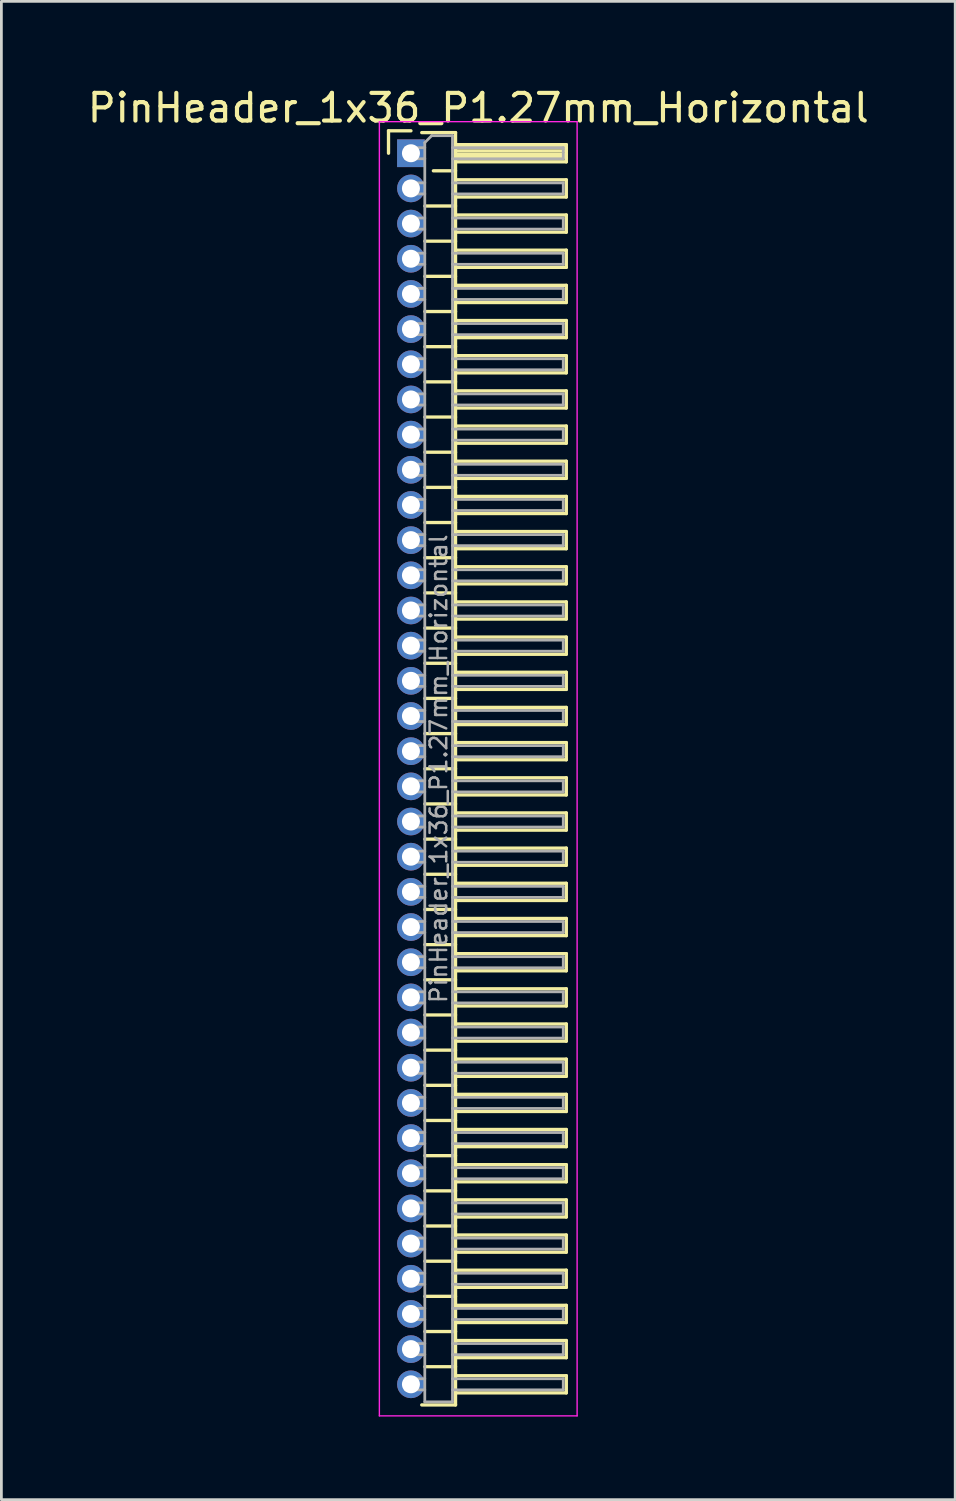
<source format=kicad_pcb>
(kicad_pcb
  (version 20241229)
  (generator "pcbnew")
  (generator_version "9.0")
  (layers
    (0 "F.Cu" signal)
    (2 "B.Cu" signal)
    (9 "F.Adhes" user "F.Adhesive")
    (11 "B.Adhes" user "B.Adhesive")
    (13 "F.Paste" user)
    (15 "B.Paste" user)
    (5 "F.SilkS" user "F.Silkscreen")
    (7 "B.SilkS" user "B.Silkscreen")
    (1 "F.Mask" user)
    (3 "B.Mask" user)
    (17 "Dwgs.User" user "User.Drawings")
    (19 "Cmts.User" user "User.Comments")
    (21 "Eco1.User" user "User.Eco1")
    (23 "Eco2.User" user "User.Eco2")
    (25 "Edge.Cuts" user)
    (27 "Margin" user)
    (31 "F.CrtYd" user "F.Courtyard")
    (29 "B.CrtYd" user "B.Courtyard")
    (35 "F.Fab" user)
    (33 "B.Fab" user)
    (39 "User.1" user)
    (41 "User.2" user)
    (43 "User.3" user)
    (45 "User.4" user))
  (footprint "PinHeader_1x36_P1.27mm_Horizontal"
    (layer "F.Cu")
    (at 11.788 2.483)
    (property "Reference" "PinHeader_1x36_P1.27mm_Horizontal" (at 2.433 -1.635 0) (layer "F.SilkS") (effects (font (size 1 1) (thickness 0.15))))
    (attr through_hole)
    (fp_line (start -0.81 -0.81) (end 0 -0.81) (stroke (width 0.12) (type solid)) (layer "F.SilkS"))
    (fp_line (start -0.81 0) (end -0.81 -0.81) (stroke (width 0.12) (type solid)) (layer "F.SilkS"))
    (fp_line (start 0.39 -0.745) (end 1.61 -0.745) (stroke (width 0.12) (type solid)) (layer "F.SilkS"))
    (fp_line (start 0.503 1.905) (end 1.61 1.905) (stroke (width 0.12) (type solid)) (layer "F.SilkS"))
    (fp_line (start 0.503 3.175) (end 1.61 3.175) (stroke (width 0.12) (type solid)) (layer "F.SilkS"))
    (fp_line (start 0.503 4.445) (end 1.61 4.445) (stroke (width 0.12) (type solid)) (layer "F.SilkS"))
    (fp_line (start 0.503 5.715) (end 1.61 5.715) (stroke (width 0.12) (type solid)) (layer "F.SilkS"))
    (fp_line (start 0.503 6.985) (end 1.61 6.985) (stroke (width 0.12) (type solid)) (layer "F.SilkS"))
    (fp_line (start 0.503 8.255) (end 1.61 8.255) (stroke (width 0.12) (type solid)) (layer "F.SilkS"))
    (fp_line (start 0.503 9.525) (end 1.61 9.525) (stroke (width 0.12) (type solid)) (layer "F.SilkS"))
    (fp_line (start 0.503 10.795) (end 1.61 10.795) (stroke (width 0.12) (type solid)) (layer "F.SilkS"))
    (fp_line (start 0.503 12.065) (end 1.61 12.065) (stroke (width 0.12) (type solid)) (layer "F.SilkS"))
    (fp_line (start 0.503 13.335) (end 1.61 13.335) (stroke (width 0.12) (type solid)) (layer "F.SilkS"))
    (fp_line (start 0.503 14.605) (end 1.61 14.605) (stroke (width 0.12) (type solid)) (layer "F.SilkS"))
    (fp_line (start 0.503 15.875) (end 1.61 15.875) (stroke (width 0.12) (type solid)) (layer "F.SilkS"))
    (fp_line (start 0.503 17.145) (end 1.61 17.145) (stroke (width 0.12) (type solid)) (layer "F.SilkS"))
    (fp_line (start 0.503 18.415) (end 1.61 18.415) (stroke (width 0.12) (type solid)) (layer "F.SilkS"))
    (fp_line (start 0.503 19.685) (end 1.61 19.685) (stroke (width 0.12) (type solid)) (layer "F.SilkS"))
    (fp_line (start 0.503 20.955) (end 1.61 20.955) (stroke (width 0.12) (type solid)) (layer "F.SilkS"))
    (fp_line (start 0.503 22.225) (end 1.61 22.225) (stroke (width 0.12) (type solid)) (layer "F.SilkS"))
    (fp_line (start 0.503 23.495) (end 1.61 23.495) (stroke (width 0.12) (type solid)) (layer "F.SilkS"))
    (fp_line (start 0.503 24.765) (end 1.61 24.765) (stroke (width 0.12) (type solid)) (layer "F.SilkS"))
    (fp_line (start 0.503 26.035) (end 1.61 26.035) (stroke (width 0.12) (type solid)) (layer "F.SilkS"))
    (fp_line (start 0.503 27.305) (end 1.61 27.305) (stroke (width 0.12) (type solid)) (layer "F.SilkS"))
    (fp_line (start 0.503 28.575) (end 1.61 28.575) (stroke (width 0.12) (type solid)) (layer "F.SilkS"))
    (fp_line (start 0.503 29.845) (end 1.61 29.845) (stroke (width 0.12) (type solid)) (layer "F.SilkS"))
    (fp_line (start 0.503 31.115) (end 1.61 31.115) (stroke (width 0.12) (type solid)) (layer "F.SilkS"))
    (fp_line (start 0.503 32.385) (end 1.61 32.385) (stroke (width 0.12) (type solid)) (layer "F.SilkS"))
    (fp_line (start 0.503 33.655) (end 1.61 33.655) (stroke (width 0.12) (type solid)) (layer "F.SilkS"))
    (fp_line (start 0.503 34.925) (end 1.61 34.925) (stroke (width 0.12) (type solid)) (layer "F.SilkS"))
    (fp_line (start 0.503 36.195) (end 1.61 36.195) (stroke (width 0.12) (type solid)) (layer "F.SilkS"))
    (fp_line (start 0.503 37.465) (end 1.61 37.465) (stroke (width 0.12) (type solid)) (layer "F.SilkS"))
    (fp_line (start 0.503 38.735) (end 1.61 38.735) (stroke (width 0.12) (type solid)) (layer "F.SilkS"))
    (fp_line (start 0.503 40.005) (end 1.61 40.005) (stroke (width 0.12) (type solid)) (layer "F.SilkS"))
    (fp_line (start 0.503 41.275) (end 1.61 41.275) (stroke (width 0.12) (type solid)) (layer "F.SilkS"))
    (fp_line (start 0.503 42.545) (end 1.61 42.545) (stroke (width 0.12) (type solid)) (layer "F.SilkS"))
    (fp_line (start 0.503 43.815) (end 1.61 43.815) (stroke (width 0.12) (type solid)) (layer "F.SilkS"))
    (fp_line (start 0.81 0.635) (end 1.61 0.635) (stroke (width 0.12) (type solid)) (layer "F.SilkS"))
    (fp_line (start 1.61 -0.745) (end 1.61 45.195) (stroke (width 0.12) (type solid)) (layer "F.SilkS"))
    (fp_line (start 1.61 -0.31) (end 5.61 -0.31) (stroke (width 0.12) (type solid)) (layer "F.SilkS"))
    (fp_line (start 1.61 -0.2) (end 5.61 -0.2) (stroke (width 0.12) (type solid)) (layer "F.SilkS"))
    (fp_line (start 1.61 -0.08) (end 5.61 -0.08) (stroke (width 0.12) (type solid)) (layer "F.SilkS"))
    (fp_line (start 1.61 0.04) (end 5.61 0.04) (stroke (width 0.12) (type solid)) (layer "F.SilkS"))
    (fp_line (start 1.61 0.16) (end 5.61 0.16) (stroke (width 0.12) (type solid)) (layer "F.SilkS"))
    (fp_line (start 1.61 0.96) (end 5.61 0.96) (stroke (width 0.12) (type solid)) (layer "F.SilkS"))
    (fp_line (start 1.61 2.23) (end 5.61 2.23) (stroke (width 0.12) (type solid)) (layer "F.SilkS"))
    (fp_line (start 1.61 3.5) (end 5.61 3.5) (stroke (width 0.12) (type solid)) (layer "F.SilkS"))
    (fp_line (start 1.61 4.77) (end 5.61 4.77) (stroke (width 0.12) (type solid)) (layer "F.SilkS"))
    (fp_line (start 1.61 6.04) (end 5.61 6.04) (stroke (width 0.12) (type solid)) (layer "F.SilkS"))
    (fp_line (start 1.61 7.31) (end 5.61 7.31) (stroke (width 0.12) (type solid)) (layer "F.SilkS"))
    (fp_line (start 1.61 8.58) (end 5.61 8.58) (stroke (width 0.12) (type solid)) (layer "F.SilkS"))
    (fp_line (start 1.61 9.85) (end 5.61 9.85) (stroke (width 0.12) (type solid)) (layer "F.SilkS"))
    (fp_line (start 1.61 11.12) (end 5.61 11.12) (stroke (width 0.12) (type solid)) (layer "F.SilkS"))
    (fp_line (start 1.61 12.39) (end 5.61 12.39) (stroke (width 0.12) (type solid)) (layer "F.SilkS"))
    (fp_line (start 1.61 13.66) (end 5.61 13.66) (stroke (width 0.12) (type solid)) (layer "F.SilkS"))
    (fp_line (start 1.61 14.93) (end 5.61 14.93) (stroke (width 0.12) (type solid)) (layer "F.SilkS"))
    (fp_line (start 1.61 16.2) (end 5.61 16.2) (stroke (width 0.12) (type solid)) (layer "F.SilkS"))
    (fp_line (start 1.61 17.47) (end 5.61 17.47) (stroke (width 0.12) (type solid)) (layer "F.SilkS"))
    (fp_line (start 1.61 18.74) (end 5.61 18.74) (stroke (width 0.12) (type solid)) (layer "F.SilkS"))
    (fp_line (start 1.61 20.01) (end 5.61 20.01) (stroke (width 0.12) (type solid)) (layer "F.SilkS"))
    (fp_line (start 1.61 21.28) (end 5.61 21.28) (stroke (width 0.12) (type solid)) (layer "F.SilkS"))
    (fp_line (start 1.61 22.55) (end 5.61 22.55) (stroke (width 0.12) (type solid)) (layer "F.SilkS"))
    (fp_line (start 1.61 23.82) (end 5.61 23.82) (stroke (width 0.12) (type solid)) (layer "F.SilkS"))
    (fp_line (start 1.61 25.09) (end 5.61 25.09) (stroke (width 0.12) (type solid)) (layer "F.SilkS"))
    (fp_line (start 1.61 26.36) (end 5.61 26.36) (stroke (width 0.12) (type solid)) (layer "F.SilkS"))
    (fp_line (start 1.61 27.63) (end 5.61 27.63) (stroke (width 0.12) (type solid)) (layer "F.SilkS"))
    (fp_line (start 1.61 28.9) (end 5.61 28.9) (stroke (width 0.12) (type solid)) (layer "F.SilkS"))
    (fp_line (start 1.61 30.17) (end 5.61 30.17) (stroke (width 0.12) (type solid)) (layer "F.SilkS"))
    (fp_line (start 1.61 31.44) (end 5.61 31.44) (stroke (width 0.12) (type solid)) (layer "F.SilkS"))
    (fp_line (start 1.61 32.71) (end 5.61 32.71) (stroke (width 0.12) (type solid)) (layer "F.SilkS"))
    (fp_line (start 1.61 33.98) (end 5.61 33.98) (stroke (width 0.12) (type solid)) (layer "F.SilkS"))
    (fp_line (start 1.61 35.25) (end 5.61 35.25) (stroke (width 0.12) (type solid)) (layer "F.SilkS"))
    (fp_line (start 1.61 36.52) (end 5.61 36.52) (stroke (width 0.12) (type solid)) (layer "F.SilkS"))
    (fp_line (start 1.61 37.79) (end 5.61 37.79) (stroke (width 0.12) (type solid)) (layer "F.SilkS"))
    (fp_line (start 1.61 39.06) (end 5.61 39.06) (stroke (width 0.12) (type solid)) (layer "F.SilkS"))
    (fp_line (start 1.61 40.33) (end 5.61 40.33) (stroke (width 0.12) (type solid)) (layer "F.SilkS"))
    (fp_line (start 1.61 41.6) (end 5.61 41.6) (stroke (width 0.12) (type solid)) (layer "F.SilkS"))
    (fp_line (start 1.61 42.87) (end 5.61 42.87) (stroke (width 0.12) (type solid)) (layer "F.SilkS"))
    (fp_line (start 1.61 44.14) (end 5.61 44.14) (stroke (width 0.12) (type solid)) (layer "F.SilkS"))
    (fp_line (start 1.61 45.195) (end 0.39 45.195) (stroke (width 0.12) (type solid)) (layer "F.SilkS"))
    (fp_line (start 5.61 -0.31) (end 5.61 0.31) (stroke (width 0.12) (type solid)) (layer "F.SilkS"))
    (fp_line (start 5.61 0.31) (end 1.61 0.31) (stroke (width 0.12) (type solid)) (layer "F.SilkS"))
    (fp_line (start 5.61 0.96) (end 5.61 1.58) (stroke (width 0.12) (type solid)) (layer "F.SilkS"))
    (fp_line (start 5.61 1.58) (end 1.61 1.58) (stroke (width 0.12) (type solid)) (layer "F.SilkS"))
    (fp_line (start 5.61 2.23) (end 5.61 2.85) (stroke (width 0.12) (type solid)) (layer "F.SilkS"))
    (fp_line (start 5.61 2.85) (end 1.61 2.85) (stroke (width 0.12) (type solid)) (layer "F.SilkS"))
    (fp_line (start 5.61 3.5) (end 5.61 4.12) (stroke (width 0.12) (type solid)) (layer "F.SilkS"))
    (fp_line (start 5.61 4.12) (end 1.61 4.12) (stroke (width 0.12) (type solid)) (layer "F.SilkS"))
    (fp_line (start 5.61 4.77) (end 5.61 5.39) (stroke (width 0.12) (type solid)) (layer "F.SilkS"))
    (fp_line (start 5.61 5.39) (end 1.61 5.39) (stroke (width 0.12) (type solid)) (layer "F.SilkS"))
    (fp_line (start 5.61 6.04) (end 5.61 6.66) (stroke (width 0.12) (type solid)) (layer "F.SilkS"))
    (fp_line (start 5.61 6.66) (end 1.61 6.66) (stroke (width 0.12) (type solid)) (layer "F.SilkS"))
    (fp_line (start 5.61 7.31) (end 5.61 7.93) (stroke (width 0.12) (type solid)) (layer "F.SilkS"))
    (fp_line (start 5.61 7.93) (end 1.61 7.93) (stroke (width 0.12) (type solid)) (layer "F.SilkS"))
    (fp_line (start 5.61 8.58) (end 5.61 9.2) (stroke (width 0.12) (type solid)) (layer "F.SilkS"))
    (fp_line (start 5.61 9.2) (end 1.61 9.2) (stroke (width 0.12) (type solid)) (layer "F.SilkS"))
    (fp_line (start 5.61 9.85) (end 5.61 10.47) (stroke (width 0.12) (type solid)) (layer "F.SilkS"))
    (fp_line (start 5.61 10.47) (end 1.61 10.47) (stroke (width 0.12) (type solid)) (layer "F.SilkS"))
    (fp_line (start 5.61 11.12) (end 5.61 11.74) (stroke (width 0.12) (type solid)) (layer "F.SilkS"))
    (fp_line (start 5.61 11.74) (end 1.61 11.74) (stroke (width 0.12) (type solid)) (layer "F.SilkS"))
    (fp_line (start 5.61 12.39) (end 5.61 13.01) (stroke (width 0.12) (type solid)) (layer "F.SilkS"))
    (fp_line (start 5.61 13.01) (end 1.61 13.01) (stroke (width 0.12) (type solid)) (layer "F.SilkS"))
    (fp_line (start 5.61 13.66) (end 5.61 14.28) (stroke (width 0.12) (type solid)) (layer "F.SilkS"))
    (fp_line (start 5.61 14.28) (end 1.61 14.28) (stroke (width 0.12) (type solid)) (layer "F.SilkS"))
    (fp_line (start 5.61 14.93) (end 5.61 15.55) (stroke (width 0.12) (type solid)) (layer "F.SilkS"))
    (fp_line (start 5.61 15.55) (end 1.61 15.55) (stroke (width 0.12) (type solid)) (layer "F.SilkS"))
    (fp_line (start 5.61 16.2) (end 5.61 16.82) (stroke (width 0.12) (type solid)) (layer "F.SilkS"))
    (fp_line (start 5.61 16.82) (end 1.61 16.82) (stroke (width 0.12) (type solid)) (layer "F.SilkS"))
    (fp_line (start 5.61 17.47) (end 5.61 18.09) (stroke (width 0.12) (type solid)) (layer "F.SilkS"))
    (fp_line (start 5.61 18.09) (end 1.61 18.09) (stroke (width 0.12) (type solid)) (layer "F.SilkS"))
    (fp_line (start 5.61 18.74) (end 5.61 19.36) (stroke (width 0.12) (type solid)) (layer "F.SilkS"))
    (fp_line (start 5.61 19.36) (end 1.61 19.36) (stroke (width 0.12) (type solid)) (layer "F.SilkS"))
    (fp_line (start 5.61 20.01) (end 5.61 20.63) (stroke (width 0.12) (type solid)) (layer "F.SilkS"))
    (fp_line (start 5.61 20.63) (end 1.61 20.63) (stroke (width 0.12) (type solid)) (layer "F.SilkS"))
    (fp_line (start 5.61 21.28) (end 5.61 21.9) (stroke (width 0.12) (type solid)) (layer "F.SilkS"))
    (fp_line (start 5.61 21.9) (end 1.61 21.9) (stroke (width 0.12) (type solid)) (layer "F.SilkS"))
    (fp_line (start 5.61 22.55) (end 5.61 23.17) (stroke (width 0.12) (type solid)) (layer "F.SilkS"))
    (fp_line (start 5.61 23.17) (end 1.61 23.17) (stroke (width 0.12) (type solid)) (layer "F.SilkS"))
    (fp_line (start 5.61 23.82) (end 5.61 24.44) (stroke (width 0.12) (type solid)) (layer "F.SilkS"))
    (fp_line (start 5.61 24.44) (end 1.61 24.44) (stroke (width 0.12) (type solid)) (layer "F.SilkS"))
    (fp_line (start 5.61 25.09) (end 5.61 25.71) (stroke (width 0.12) (type solid)) (layer "F.SilkS"))
    (fp_line (start 5.61 25.71) (end 1.61 25.71) (stroke (width 0.12) (type solid)) (layer "F.SilkS"))
    (fp_line (start 5.61 26.36) (end 5.61 26.98) (stroke (width 0.12) (type solid)) (layer "F.SilkS"))
    (fp_line (start 5.61 26.98) (end 1.61 26.98) (stroke (width 0.12) (type solid)) (layer "F.SilkS"))
    (fp_line (start 5.61 27.63) (end 5.61 28.25) (stroke (width 0.12) (type solid)) (layer "F.SilkS"))
    (fp_line (start 5.61 28.25) (end 1.61 28.25) (stroke (width 0.12) (type solid)) (layer "F.SilkS"))
    (fp_line (start 5.61 28.9) (end 5.61 29.52) (stroke (width 0.12) (type solid)) (layer "F.SilkS"))
    (fp_line (start 5.61 29.52) (end 1.61 29.52) (stroke (width 0.12) (type solid)) (layer "F.SilkS"))
    (fp_line (start 5.61 30.17) (end 5.61 30.79) (stroke (width 0.12) (type solid)) (layer "F.SilkS"))
    (fp_line (start 5.61 30.79) (end 1.61 30.79) (stroke (width 0.12) (type solid)) (layer "F.SilkS"))
    (fp_line (start 5.61 31.44) (end 5.61 32.06) (stroke (width 0.12) (type solid)) (layer "F.SilkS"))
    (fp_line (start 5.61 32.06) (end 1.61 32.06) (stroke (width 0.12) (type solid)) (layer "F.SilkS"))
    (fp_line (start 5.61 32.71) (end 5.61 33.33) (stroke (width 0.12) (type solid)) (layer "F.SilkS"))
    (fp_line (start 5.61 33.33) (end 1.61 33.33) (stroke (width 0.12) (type solid)) (layer "F.SilkS"))
    (fp_line (start 5.61 33.98) (end 5.61 34.6) (stroke (width 0.12) (type solid)) (layer "F.SilkS"))
    (fp_line (start 5.61 34.6) (end 1.61 34.6) (stroke (width 0.12) (type solid)) (layer "F.SilkS"))
    (fp_line (start 5.61 35.25) (end 5.61 35.87) (stroke (width 0.12) (type solid)) (layer "F.SilkS"))
    (fp_line (start 5.61 35.87) (end 1.61 35.87) (stroke (width 0.12) (type solid)) (layer "F.SilkS"))
    (fp_line (start 5.61 36.52) (end 5.61 37.14) (stroke (width 0.12) (type solid)) (layer "F.SilkS"))
    (fp_line (start 5.61 37.14) (end 1.61 37.14) (stroke (width 0.12) (type solid)) (layer "F.SilkS"))
    (fp_line (start 5.61 37.79) (end 5.61 38.41) (stroke (width 0.12) (type solid)) (layer "F.SilkS"))
    (fp_line (start 5.61 38.41) (end 1.61 38.41) (stroke (width 0.12) (type solid)) (layer "F.SilkS"))
    (fp_line (start 5.61 39.06) (end 5.61 39.68) (stroke (width 0.12) (type solid)) (layer "F.SilkS"))
    (fp_line (start 5.61 39.68) (end 1.61 39.68) (stroke (width 0.12) (type solid)) (layer "F.SilkS"))
    (fp_line (start 5.61 40.33) (end 5.61 40.95) (stroke (width 0.12) (type solid)) (layer "F.SilkS"))
    (fp_line (start 5.61 40.95) (end 1.61 40.95) (stroke (width 0.12) (type solid)) (layer "F.SilkS"))
    (fp_line (start 5.61 41.6) (end 5.61 42.22) (stroke (width 0.12) (type solid)) (layer "F.SilkS"))
    (fp_line (start 5.61 42.22) (end 1.61 42.22) (stroke (width 0.12) (type solid)) (layer "F.SilkS"))
    (fp_line (start 5.61 42.87) (end 5.61 43.49) (stroke (width 0.12) (type solid)) (layer "F.SilkS"))
    (fp_line (start 5.61 43.49) (end 1.61 43.49) (stroke (width 0.12) (type solid)) (layer "F.SilkS"))
    (fp_line (start 5.61 44.14) (end 5.61 44.76) (stroke (width 0.12) (type solid)) (layer "F.SilkS"))
    (fp_line (start 5.61 44.76) (end 1.61 44.76) (stroke (width 0.12) (type solid)) (layer "F.SilkS"))
    (fp_line (start -1.14 -1.14) (end -1.14 45.59) (stroke (width 0.05) (type solid)) (layer "F.CrtYd"))
    (fp_line (start -1.14 45.59) (end 6 45.59) (stroke (width 0.05) (type solid)) (layer "F.CrtYd"))
    (fp_line (start 6 -1.14) (end -1.14 -1.14) (stroke (width 0.05) (type solid)) (layer "F.CrtYd"))
    (fp_line (start 6 45.59) (end 6 -1.14) (stroke (width 0.05) (type solid)) (layer "F.CrtYd"))
    (fp_line (start -0.2 -0.2) (end -0.2 0.2) (stroke (width 0.1) (type solid)) (layer "F.Fab"))
    (fp_line (start -0.2 -0.2) (end 0.5 -0.2) (stroke (width 0.1) (type solid)) (layer "F.Fab"))
    (fp_line (start -0.2 0.2) (end 0.5 0.2) (stroke (width 0.1) (type solid)) (layer "F.Fab"))
    (fp_line (start -0.2 1.07) (end -0.2 1.47) (stroke (width 0.1) (type solid)) (layer "F.Fab"))
    (fp_line (start -0.2 1.07) (end 0.5 1.07) (stroke (width 0.1) (type solid)) (layer "F.Fab"))
    (fp_line (start -0.2 1.47) (end 0.5 1.47) (stroke (width 0.1) (type solid)) (layer "F.Fab"))
    (fp_line (start -0.2 2.34) (end -0.2 2.74) (stroke (width 0.1) (type solid)) (layer "F.Fab"))
    (fp_line (start -0.2 2.34) (end 0.5 2.34) (stroke (width 0.1) (type solid)) (layer "F.Fab"))
    (fp_line (start -0.2 2.74) (end 0.5 2.74) (stroke (width 0.1) (type solid)) (layer "F.Fab"))
    (fp_line (start -0.2 3.61) (end -0.2 4.01) (stroke (width 0.1) (type solid)) (layer "F.Fab"))
    (fp_line (start -0.2 3.61) (end 0.5 3.61) (stroke (width 0.1) (type solid)) (layer "F.Fab"))
    (fp_line (start -0.2 4.01) (end 0.5 4.01) (stroke (width 0.1) (type solid)) (layer "F.Fab"))
    (fp_line (start -0.2 4.88) (end -0.2 5.28) (stroke (width 0.1) (type solid)) (layer "F.Fab"))
    (fp_line (start -0.2 4.88) (end 0.5 4.88) (stroke (width 0.1) (type solid)) (layer "F.Fab"))
    (fp_line (start -0.2 5.28) (end 0.5 5.28) (stroke (width 0.1) (type solid)) (layer "F.Fab"))
    (fp_line (start -0.2 6.15) (end -0.2 6.55) (stroke (width 0.1) (type solid)) (layer "F.Fab"))
    (fp_line (start -0.2 6.15) (end 0.5 6.15) (stroke (width 0.1) (type solid)) (layer "F.Fab"))
    (fp_line (start -0.2 6.55) (end 0.5 6.55) (stroke (width 0.1) (type solid)) (layer "F.Fab"))
    (fp_line (start -0.2 7.42) (end -0.2 7.82) (stroke (width 0.1) (type solid)) (layer "F.Fab"))
    (fp_line (start -0.2 7.42) (end 0.5 7.42) (stroke (width 0.1) (type solid)) (layer "F.Fab"))
    (fp_line (start -0.2 7.82) (end 0.5 7.82) (stroke (width 0.1) (type solid)) (layer "F.Fab"))
    (fp_line (start -0.2 8.69) (end -0.2 9.09) (stroke (width 0.1) (type solid)) (layer "F.Fab"))
    (fp_line (start -0.2 8.69) (end 0.5 8.69) (stroke (width 0.1) (type solid)) (layer "F.Fab"))
    (fp_line (start -0.2 9.09) (end 0.5 9.09) (stroke (width 0.1) (type solid)) (layer "F.Fab"))
    (fp_line (start -0.2 9.96) (end -0.2 10.36) (stroke (width 0.1) (type solid)) (layer "F.Fab"))
    (fp_line (start -0.2 9.96) (end 0.5 9.96) (stroke (width 0.1) (type solid)) (layer "F.Fab"))
    (fp_line (start -0.2 10.36) (end 0.5 10.36) (stroke (width 0.1) (type solid)) (layer "F.Fab"))
    (fp_line (start -0.2 11.23) (end -0.2 11.63) (stroke (width 0.1) (type solid)) (layer "F.Fab"))
    (fp_line (start -0.2 11.23) (end 0.5 11.23) (stroke (width 0.1) (type solid)) (layer "F.Fab"))
    (fp_line (start -0.2 11.63) (end 0.5 11.63) (stroke (width 0.1) (type solid)) (layer "F.Fab"))
    (fp_line (start -0.2 12.5) (end -0.2 12.9) (stroke (width 0.1) (type solid)) (layer "F.Fab"))
    (fp_line (start -0.2 12.5) (end 0.5 12.5) (stroke (width 0.1) (type solid)) (layer "F.Fab"))
    (fp_line (start -0.2 12.9) (end 0.5 12.9) (stroke (width 0.1) (type solid)) (layer "F.Fab"))
    (fp_line (start -0.2 13.77) (end -0.2 14.17) (stroke (width 0.1) (type solid)) (layer "F.Fab"))
    (fp_line (start -0.2 13.77) (end 0.5 13.77) (stroke (width 0.1) (type solid)) (layer "F.Fab"))
    (fp_line (start -0.2 14.17) (end 0.5 14.17) (stroke (width 0.1) (type solid)) (layer "F.Fab"))
    (fp_line (start -0.2 15.04) (end -0.2 15.44) (stroke (width 0.1) (type solid)) (layer "F.Fab"))
    (fp_line (start -0.2 15.04) (end 0.5 15.04) (stroke (width 0.1) (type solid)) (layer "F.Fab"))
    (fp_line (start -0.2 15.44) (end 0.5 15.44) (stroke (width 0.1) (type solid)) (layer "F.Fab"))
    (fp_line (start -0.2 16.31) (end -0.2 16.71) (stroke (width 0.1) (type solid)) (layer "F.Fab"))
    (fp_line (start -0.2 16.31) (end 0.5 16.31) (stroke (width 0.1) (type solid)) (layer "F.Fab"))
    (fp_line (start -0.2 16.71) (end 0.5 16.71) (stroke (width 0.1) (type solid)) (layer "F.Fab"))
    (fp_line (start -0.2 17.58) (end -0.2 17.98) (stroke (width 0.1) (type solid)) (layer "F.Fab"))
    (fp_line (start -0.2 17.58) (end 0.5 17.58) (stroke (width 0.1) (type solid)) (layer "F.Fab"))
    (fp_line (start -0.2 17.98) (end 0.5 17.98) (stroke (width 0.1) (type solid)) (layer "F.Fab"))
    (fp_line (start -0.2 18.85) (end -0.2 19.25) (stroke (width 0.1) (type solid)) (layer "F.Fab"))
    (fp_line (start -0.2 18.85) (end 0.5 18.85) (stroke (width 0.1) (type solid)) (layer "F.Fab"))
    (fp_line (start -0.2 19.25) (end 0.5 19.25) (stroke (width 0.1) (type solid)) (layer "F.Fab"))
    (fp_line (start -0.2 20.12) (end -0.2 20.52) (stroke (width 0.1) (type solid)) (layer "F.Fab"))
    (fp_line (start -0.2 20.12) (end 0.5 20.12) (stroke (width 0.1) (type solid)) (layer "F.Fab"))
    (fp_line (start -0.2 20.52) (end 0.5 20.52) (stroke (width 0.1) (type solid)) (layer "F.Fab"))
    (fp_line (start -0.2 21.39) (end -0.2 21.79) (stroke (width 0.1) (type solid)) (layer "F.Fab"))
    (fp_line (start -0.2 21.39) (end 0.5 21.39) (stroke (width 0.1) (type solid)) (layer "F.Fab"))
    (fp_line (start -0.2 21.79) (end 0.5 21.79) (stroke (width 0.1) (type solid)) (layer "F.Fab"))
    (fp_line (start -0.2 22.66) (end -0.2 23.06) (stroke (width 0.1) (type solid)) (layer "F.Fab"))
    (fp_line (start -0.2 22.66) (end 0.5 22.66) (stroke (width 0.1) (type solid)) (layer "F.Fab"))
    (fp_line (start -0.2 23.06) (end 0.5 23.06) (stroke (width 0.1) (type solid)) (layer "F.Fab"))
    (fp_line (start -0.2 23.93) (end -0.2 24.33) (stroke (width 0.1) (type solid)) (layer "F.Fab"))
    (fp_line (start -0.2 23.93) (end 0.5 23.93) (stroke (width 0.1) (type solid)) (layer "F.Fab"))
    (fp_line (start -0.2 24.33) (end 0.5 24.33) (stroke (width 0.1) (type solid)) (layer "F.Fab"))
    (fp_line (start -0.2 25.2) (end -0.2 25.6) (stroke (width 0.1) (type solid)) (layer "F.Fab"))
    (fp_line (start -0.2 25.2) (end 0.5 25.2) (stroke (width 0.1) (type solid)) (layer "F.Fab"))
    (fp_line (start -0.2 25.6) (end 0.5 25.6) (stroke (width 0.1) (type solid)) (layer "F.Fab"))
    (fp_line (start -0.2 26.47) (end -0.2 26.87) (stroke (width 0.1) (type solid)) (layer "F.Fab"))
    (fp_line (start -0.2 26.47) (end 0.5 26.47) (stroke (width 0.1) (type solid)) (layer "F.Fab"))
    (fp_line (start -0.2 26.87) (end 0.5 26.87) (stroke (width 0.1) (type solid)) (layer "F.Fab"))
    (fp_line (start -0.2 27.74) (end -0.2 28.14) (stroke (width 0.1) (type solid)) (layer "F.Fab"))
    (fp_line (start -0.2 27.74) (end 0.5 27.74) (stroke (width 0.1) (type solid)) (layer "F.Fab"))
    (fp_line (start -0.2 28.14) (end 0.5 28.14) (stroke (width 0.1) (type solid)) (layer "F.Fab"))
    (fp_line (start -0.2 29.01) (end -0.2 29.41) (stroke (width 0.1) (type solid)) (layer "F.Fab"))
    (fp_line (start -0.2 29.01) (end 0.5 29.01) (stroke (width 0.1) (type solid)) (layer "F.Fab"))
    (fp_line (start -0.2 29.41) (end 0.5 29.41) (stroke (width 0.1) (type solid)) (layer "F.Fab"))
    (fp_line (start -0.2 30.28) (end -0.2 30.68) (stroke (width 0.1) (type solid)) (layer "F.Fab"))
    (fp_line (start -0.2 30.28) (end 0.5 30.28) (stroke (width 0.1) (type solid)) (layer "F.Fab"))
    (fp_line (start -0.2 30.68) (end 0.5 30.68) (stroke (width 0.1) (type solid)) (layer "F.Fab"))
    (fp_line (start -0.2 31.55) (end -0.2 31.95) (stroke (width 0.1) (type solid)) (layer "F.Fab"))
    (fp_line (start -0.2 31.55) (end 0.5 31.55) (stroke (width 0.1) (type solid)) (layer "F.Fab"))
    (fp_line (start -0.2 31.95) (end 0.5 31.95) (stroke (width 0.1) (type solid)) (layer "F.Fab"))
    (fp_line (start -0.2 32.82) (end -0.2 33.22) (stroke (width 0.1) (type solid)) (layer "F.Fab"))
    (fp_line (start -0.2 32.82) (end 0.5 32.82) (stroke (width 0.1) (type solid)) (layer "F.Fab"))
    (fp_line (start -0.2 33.22) (end 0.5 33.22) (stroke (width 0.1) (type solid)) (layer "F.Fab"))
    (fp_line (start -0.2 34.09) (end -0.2 34.49) (stroke (width 0.1) (type solid)) (layer "F.Fab"))
    (fp_line (start -0.2 34.09) (end 0.5 34.09) (stroke (width 0.1) (type solid)) (layer "F.Fab"))
    (fp_line (start -0.2 34.49) (end 0.5 34.49) (stroke (width 0.1) (type solid)) (layer "F.Fab"))
    (fp_line (start -0.2 35.36) (end -0.2 35.76) (stroke (width 0.1) (type solid)) (layer "F.Fab"))
    (fp_line (start -0.2 35.36) (end 0.5 35.36) (stroke (width 0.1) (type solid)) (layer "F.Fab"))
    (fp_line (start -0.2 35.76) (end 0.5 35.76) (stroke (width 0.1) (type solid)) (layer "F.Fab"))
    (fp_line (start -0.2 36.63) (end -0.2 37.03) (stroke (width 0.1) (type solid)) (layer "F.Fab"))
    (fp_line (start -0.2 36.63) (end 0.5 36.63) (stroke (width 0.1) (type solid)) (layer "F.Fab"))
    (fp_line (start -0.2 37.03) (end 0.5 37.03) (stroke (width 0.1) (type solid)) (layer "F.Fab"))
    (fp_line (start -0.2 37.9) (end -0.2 38.3) (stroke (width 0.1) (type solid)) (layer "F.Fab"))
    (fp_line (start -0.2 37.9) (end 0.5 37.9) (stroke (width 0.1) (type solid)) (layer "F.Fab"))
    (fp_line (start -0.2 38.3) (end 0.5 38.3) (stroke (width 0.1) (type solid)) (layer "F.Fab"))
    (fp_line (start -0.2 39.17) (end -0.2 39.57) (stroke (width 0.1) (type solid)) (layer "F.Fab"))
    (fp_line (start -0.2 39.17) (end 0.5 39.17) (stroke (width 0.1) (type solid)) (layer "F.Fab"))
    (fp_line (start -0.2 39.57) (end 0.5 39.57) (stroke (width 0.1) (type solid)) (layer "F.Fab"))
    (fp_line (start -0.2 40.44) (end -0.2 40.84) (stroke (width 0.1) (type solid)) (layer "F.Fab"))
    (fp_line (start -0.2 40.44) (end 0.5 40.44) (stroke (width 0.1) (type solid)) (layer "F.Fab"))
    (fp_line (start -0.2 40.84) (end 0.5 40.84) (stroke (width 0.1) (type solid)) (layer "F.Fab"))
    (fp_line (start -0.2 41.71) (end -0.2 42.11) (stroke (width 0.1) (type solid)) (layer "F.Fab"))
    (fp_line (start -0.2 41.71) (end 0.5 41.71) (stroke (width 0.1) (type solid)) (layer "F.Fab"))
    (fp_line (start -0.2 42.11) (end 0.5 42.11) (stroke (width 0.1) (type solid)) (layer "F.Fab"))
    (fp_line (start -0.2 42.98) (end -0.2 43.38) (stroke (width 0.1) (type solid)) (layer "F.Fab"))
    (fp_line (start -0.2 42.98) (end 0.5 42.98) (stroke (width 0.1) (type solid)) (layer "F.Fab"))
    (fp_line (start -0.2 43.38) (end 0.5 43.38) (stroke (width 0.1) (type solid)) (layer "F.Fab"))
    (fp_line (start -0.2 44.25) (end -0.2 44.65) (stroke (width 0.1) (type solid)) (layer "F.Fab"))
    (fp_line (start -0.2 44.25) (end 0.5 44.25) (stroke (width 0.1) (type solid)) (layer "F.Fab"))
    (fp_line (start -0.2 44.65) (end 0.5 44.65) (stroke (width 0.1) (type solid)) (layer "F.Fab"))
    (fp_line (start 0.5 -0.385) (end 0.75 -0.635) (stroke (width 0.1) (type solid)) (layer "F.Fab"))
    (fp_line (start 0.5 45.085) (end 0.5 -0.385) (stroke (width 0.1) (type solid)) (layer "F.Fab"))
    (fp_line (start 0.75 -0.635) (end 1.5 -0.635) (stroke (width 0.1) (type solid)) (layer "F.Fab"))
    (fp_line (start 1.5 -0.635) (end 1.5 45.085) (stroke (width 0.1) (type solid)) (layer "F.Fab"))
    (fp_line (start 1.5 -0.2) (end 5.5 -0.2) (stroke (width 0.1) (type solid)) (layer "F.Fab"))
    (fp_line (start 1.5 0.2) (end 5.5 0.2) (stroke (width 0.1) (type solid)) (layer "F.Fab"))
    (fp_line (start 1.5 1.07) (end 5.5 1.07) (stroke (width 0.1) (type solid)) (layer "F.Fab"))
    (fp_line (start 1.5 1.47) (end 5.5 1.47) (stroke (width 0.1) (type solid)) (layer "F.Fab"))
    (fp_line (start 1.5 2.34) (end 5.5 2.34) (stroke (width 0.1) (type solid)) (layer "F.Fab"))
    (fp_line (start 1.5 2.74) (end 5.5 2.74) (stroke (width 0.1) (type solid)) (layer "F.Fab"))
    (fp_line (start 1.5 3.61) (end 5.5 3.61) (stroke (width 0.1) (type solid)) (layer "F.Fab"))
    (fp_line (start 1.5 4.01) (end 5.5 4.01) (stroke (width 0.1) (type solid)) (layer "F.Fab"))
    (fp_line (start 1.5 4.88) (end 5.5 4.88) (stroke (width 0.1) (type solid)) (layer "F.Fab"))
    (fp_line (start 1.5 5.28) (end 5.5 5.28) (stroke (width 0.1) (type solid)) (layer "F.Fab"))
    (fp_line (start 1.5 6.15) (end 5.5 6.15) (stroke (width 0.1) (type solid)) (layer "F.Fab"))
    (fp_line (start 1.5 6.55) (end 5.5 6.55) (stroke (width 0.1) (type solid)) (layer "F.Fab"))
    (fp_line (start 1.5 7.42) (end 5.5 7.42) (stroke (width 0.1) (type solid)) (layer "F.Fab"))
    (fp_line (start 1.5 7.82) (end 5.5 7.82) (stroke (width 0.1) (type solid)) (layer "F.Fab"))
    (fp_line (start 1.5 8.69) (end 5.5 8.69) (stroke (width 0.1) (type solid)) (layer "F.Fab"))
    (fp_line (start 1.5 9.09) (end 5.5 9.09) (stroke (width 0.1) (type solid)) (layer "F.Fab"))
    (fp_line (start 1.5 9.96) (end 5.5 9.96) (stroke (width 0.1) (type solid)) (layer "F.Fab"))
    (fp_line (start 1.5 10.36) (end 5.5 10.36) (stroke (width 0.1) (type solid)) (layer "F.Fab"))
    (fp_line (start 1.5 11.23) (end 5.5 11.23) (stroke (width 0.1) (type solid)) (layer "F.Fab"))
    (fp_line (start 1.5 11.63) (end 5.5 11.63) (stroke (width 0.1) (type solid)) (layer "F.Fab"))
    (fp_line (start 1.5 12.5) (end 5.5 12.5) (stroke (width 0.1) (type solid)) (layer "F.Fab"))
    (fp_line (start 1.5 12.9) (end 5.5 12.9) (stroke (width 0.1) (type solid)) (layer "F.Fab"))
    (fp_line (start 1.5 13.77) (end 5.5 13.77) (stroke (width 0.1) (type solid)) (layer "F.Fab"))
    (fp_line (start 1.5 14.17) (end 5.5 14.17) (stroke (width 0.1) (type solid)) (layer "F.Fab"))
    (fp_line (start 1.5 15.04) (end 5.5 15.04) (stroke (width 0.1) (type solid)) (layer "F.Fab"))
    (fp_line (start 1.5 15.44) (end 5.5 15.44) (stroke (width 0.1) (type solid)) (layer "F.Fab"))
    (fp_line (start 1.5 16.31) (end 5.5 16.31) (stroke (width 0.1) (type solid)) (layer "F.Fab"))
    (fp_line (start 1.5 16.71) (end 5.5 16.71) (stroke (width 0.1) (type solid)) (layer "F.Fab"))
    (fp_line (start 1.5 17.58) (end 5.5 17.58) (stroke (width 0.1) (type solid)) (layer "F.Fab"))
    (fp_line (start 1.5 17.98) (end 5.5 17.98) (stroke (width 0.1) (type solid)) (layer "F.Fab"))
    (fp_line (start 1.5 18.85) (end 5.5 18.85) (stroke (width 0.1) (type solid)) (layer "F.Fab"))
    (fp_line (start 1.5 19.25) (end 5.5 19.25) (stroke (width 0.1) (type solid)) (layer "F.Fab"))
    (fp_line (start 1.5 20.12) (end 5.5 20.12) (stroke (width 0.1) (type solid)) (layer "F.Fab"))
    (fp_line (start 1.5 20.52) (end 5.5 20.52) (stroke (width 0.1) (type solid)) (layer "F.Fab"))
    (fp_line (start 1.5 21.39) (end 5.5 21.39) (stroke (width 0.1) (type solid)) (layer "F.Fab"))
    (fp_line (start 1.5 21.79) (end 5.5 21.79) (stroke (width 0.1) (type solid)) (layer "F.Fab"))
    (fp_line (start 1.5 22.66) (end 5.5 22.66) (stroke (width 0.1) (type solid)) (layer "F.Fab"))
    (fp_line (start 1.5 23.06) (end 5.5 23.06) (stroke (width 0.1) (type solid)) (layer "F.Fab"))
    (fp_line (start 1.5 23.93) (end 5.5 23.93) (stroke (width 0.1) (type solid)) (layer "F.Fab"))
    (fp_line (start 1.5 24.33) (end 5.5 24.33) (stroke (width 0.1) (type solid)) (layer "F.Fab"))
    (fp_line (start 1.5 25.2) (end 5.5 25.2) (stroke (width 0.1) (type solid)) (layer "F.Fab"))
    (fp_line (start 1.5 25.6) (end 5.5 25.6) (stroke (width 0.1) (type solid)) (layer "F.Fab"))
    (fp_line (start 1.5 26.47) (end 5.5 26.47) (stroke (width 0.1) (type solid)) (layer "F.Fab"))
    (fp_line (start 1.5 26.87) (end 5.5 26.87) (stroke (width 0.1) (type solid)) (layer "F.Fab"))
    (fp_line (start 1.5 27.74) (end 5.5 27.74) (stroke (width 0.1) (type solid)) (layer "F.Fab"))
    (fp_line (start 1.5 28.14) (end 5.5 28.14) (stroke (width 0.1) (type solid)) (layer "F.Fab"))
    (fp_line (start 1.5 29.01) (end 5.5 29.01) (stroke (width 0.1) (type solid)) (layer "F.Fab"))
    (fp_line (start 1.5 29.41) (end 5.5 29.41) (stroke (width 0.1) (type solid)) (layer "F.Fab"))
    (fp_line (start 1.5 30.28) (end 5.5 30.28) (stroke (width 0.1) (type solid)) (layer "F.Fab"))
    (fp_line (start 1.5 30.68) (end 5.5 30.68) (stroke (width 0.1) (type solid)) (layer "F.Fab"))
    (fp_line (start 1.5 31.55) (end 5.5 31.55) (stroke (width 0.1) (type solid)) (layer "F.Fab"))
    (fp_line (start 1.5 31.95) (end 5.5 31.95) (stroke (width 0.1) (type solid)) (layer "F.Fab"))
    (fp_line (start 1.5 32.82) (end 5.5 32.82) (stroke (width 0.1) (type solid)) (layer "F.Fab"))
    (fp_line (start 1.5 33.22) (end 5.5 33.22) (stroke (width 0.1) (type solid)) (layer "F.Fab"))
    (fp_line (start 1.5 34.09) (end 5.5 34.09) (stroke (width 0.1) (type solid)) (layer "F.Fab"))
    (fp_line (start 1.5 34.49) (end 5.5 34.49) (stroke (width 0.1) (type solid)) (layer "F.Fab"))
    (fp_line (start 1.5 35.36) (end 5.5 35.36) (stroke (width 0.1) (type solid)) (layer "F.Fab"))
    (fp_line (start 1.5 35.76) (end 5.5 35.76) (stroke (width 0.1) (type solid)) (layer "F.Fab"))
    (fp_line (start 1.5 36.63) (end 5.5 36.63) (stroke (width 0.1) (type solid)) (layer "F.Fab"))
    (fp_line (start 1.5 37.03) (end 5.5 37.03) (stroke (width 0.1) (type solid)) (layer "F.Fab"))
    (fp_line (start 1.5 37.9) (end 5.5 37.9) (stroke (width 0.1) (type solid)) (layer "F.Fab"))
    (fp_line (start 1.5 38.3) (end 5.5 38.3) (stroke (width 0.1) (type solid)) (layer "F.Fab"))
    (fp_line (start 1.5 39.17) (end 5.5 39.17) (stroke (width 0.1) (type solid)) (layer "F.Fab"))
    (fp_line (start 1.5 39.57) (end 5.5 39.57) (stroke (width 0.1) (type solid)) (layer "F.Fab"))
    (fp_line (start 1.5 40.44) (end 5.5 40.44) (stroke (width 0.1) (type solid)) (layer "F.Fab"))
    (fp_line (start 1.5 40.84) (end 5.5 40.84) (stroke (width 0.1) (type solid)) (layer "F.Fab"))
    (fp_line (start 1.5 41.71) (end 5.5 41.71) (stroke (width 0.1) (type solid)) (layer "F.Fab"))
    (fp_line (start 1.5 42.11) (end 5.5 42.11) (stroke (width 0.1) (type solid)) (layer "F.Fab"))
    (fp_line (start 1.5 42.98) (end 5.5 42.98) (stroke (width 0.1) (type solid)) (layer "F.Fab"))
    (fp_line (start 1.5 43.38) (end 5.5 43.38) (stroke (width 0.1) (type solid)) (layer "F.Fab"))
    (fp_line (start 1.5 44.25) (end 5.5 44.25) (stroke (width 0.1) (type solid)) (layer "F.Fab"))
    (fp_line (start 1.5 44.65) (end 5.5 44.65) (stroke (width 0.1) (type solid)) (layer "F.Fab"))
    (fp_line (start 1.5 45.085) (end 0.5 45.085) (stroke (width 0.1) (type solid)) (layer "F.Fab"))
    (fp_line (start 5.5 -0.2) (end 5.5 0.2) (stroke (width 0.1) (type solid)) (layer "F.Fab"))
    (fp_line (start 5.5 1.07) (end 5.5 1.47) (stroke (width 0.1) (type solid)) (layer "F.Fab"))
    (fp_line (start 5.5 2.34) (end 5.5 2.74) (stroke (width 0.1) (type solid)) (layer "F.Fab"))
    (fp_line (start 5.5 3.61) (end 5.5 4.01) (stroke (width 0.1) (type solid)) (layer "F.Fab"))
    (fp_line (start 5.5 4.88) (end 5.5 5.28) (stroke (width 0.1) (type solid)) (layer "F.Fab"))
    (fp_line (start 5.5 6.15) (end 5.5 6.55) (stroke (width 0.1) (type solid)) (layer "F.Fab"))
    (fp_line (start 5.5 7.42) (end 5.5 7.82) (stroke (width 0.1) (type solid)) (layer "F.Fab"))
    (fp_line (start 5.5 8.69) (end 5.5 9.09) (stroke (width 0.1) (type solid)) (layer "F.Fab"))
    (fp_line (start 5.5 9.96) (end 5.5 10.36) (stroke (width 0.1) (type solid)) (layer "F.Fab"))
    (fp_line (start 5.5 11.23) (end 5.5 11.63) (stroke (width 0.1) (type solid)) (layer "F.Fab"))
    (fp_line (start 5.5 12.5) (end 5.5 12.9) (stroke (width 0.1) (type solid)) (layer "F.Fab"))
    (fp_line (start 5.5 13.77) (end 5.5 14.17) (stroke (width 0.1) (type solid)) (layer "F.Fab"))
    (fp_line (start 5.5 15.04) (end 5.5 15.44) (stroke (width 0.1) (type solid)) (layer "F.Fab"))
    (fp_line (start 5.5 16.31) (end 5.5 16.71) (stroke (width 0.1) (type solid)) (layer "F.Fab"))
    (fp_line (start 5.5 17.58) (end 5.5 17.98) (stroke (width 0.1) (type solid)) (layer "F.Fab"))
    (fp_line (start 5.5 18.85) (end 5.5 19.25) (stroke (width 0.1) (type solid)) (layer "F.Fab"))
    (fp_line (start 5.5 20.12) (end 5.5 20.52) (stroke (width 0.1) (type solid)) (layer "F.Fab"))
    (fp_line (start 5.5 21.39) (end 5.5 21.79) (stroke (width 0.1) (type solid)) (layer "F.Fab"))
    (fp_line (start 5.5 22.66) (end 5.5 23.06) (stroke (width 0.1) (type solid)) (layer "F.Fab"))
    (fp_line (start 5.5 23.93) (end 5.5 24.33) (stroke (width 0.1) (type solid)) (layer "F.Fab"))
    (fp_line (start 5.5 25.2) (end 5.5 25.6) (stroke (width 0.1) (type solid)) (layer "F.Fab"))
    (fp_line (start 5.5 26.47) (end 5.5 26.87) (stroke (width 0.1) (type solid)) (layer "F.Fab"))
    (fp_line (start 5.5 27.74) (end 5.5 28.14) (stroke (width 0.1) (type solid)) (layer "F.Fab"))
    (fp_line (start 5.5 29.01) (end 5.5 29.41) (stroke (width 0.1) (type solid)) (layer "F.Fab"))
    (fp_line (start 5.5 30.28) (end 5.5 30.68) (stroke (width 0.1) (type solid)) (layer "F.Fab"))
    (fp_line (start 5.5 31.55) (end 5.5 31.95) (stroke (width 0.1) (type solid)) (layer "F.Fab"))
    (fp_line (start 5.5 32.82) (end 5.5 33.22) (stroke (width 0.1) (type solid)) (layer "F.Fab"))
    (fp_line (start 5.5 34.09) (end 5.5 34.49) (stroke (width 0.1) (type solid)) (layer "F.Fab"))
    (fp_line (start 5.5 35.36) (end 5.5 35.76) (stroke (width 0.1) (type solid)) (layer "F.Fab"))
    (fp_line (start 5.5 36.63) (end 5.5 37.03) (stroke (width 0.1) (type solid)) (layer "F.Fab"))
    (fp_line (start 5.5 37.9) (end 5.5 38.3) (stroke (width 0.1) (type solid)) (layer "F.Fab"))
    (fp_line (start 5.5 39.17) (end 5.5 39.57) (stroke (width 0.1) (type solid)) (layer "F.Fab"))
    (fp_line (start 5.5 40.44) (end 5.5 40.84) (stroke (width 0.1) (type solid)) (layer "F.Fab"))
    (fp_line (start 5.5 41.71) (end 5.5 42.11) (stroke (width 0.1) (type solid)) (layer "F.Fab"))
    (fp_line (start 5.5 42.98) (end 5.5 43.38) (stroke (width 0.1) (type solid)) (layer "F.Fab"))
    (fp_line (start 5.5 44.25) (end 5.5 44.65) (stroke (width 0.1) (type solid)) (layer "F.Fab"))
    (fp_text user "${REFERENCE}" (at 1 22.225 90) (layer "F.Fab") (effects (font (size 0.6 0.6) (thickness 0.09))))
    (pad "1" thru_hole rect (at 0 0) (size 1 1) (drill 0.65) (layers "*.Cu" "*.Mask"))
    (pad "2" thru_hole circle (at 0 1.27) (size 1 1) (drill 0.65) (layers "*.Cu" "*.Mask"))
    (pad "3" thru_hole circle (at 0 2.54) (size 1 1) (drill 0.65) (layers "*.Cu" "*.Mask"))
    (pad "4" thru_hole circle (at 0 3.81) (size 1 1) (drill 0.65) (layers "*.Cu" "*.Mask"))
    (pad "5" thru_hole circle (at 0 5.08) (size 1 1) (drill 0.65) (layers "*.Cu" "*.Mask"))
    (pad "6" thru_hole circle (at 0 6.35) (size 1 1) (drill 0.65) (layers "*.Cu" "*.Mask"))
    (pad "7" thru_hole circle (at 0 7.62) (size 1 1) (drill 0.65) (layers "*.Cu" "*.Mask"))
    (pad "8" thru_hole circle (at 0 8.89) (size 1 1) (drill 0.65) (layers "*.Cu" "*.Mask"))
    (pad "9" thru_hole circle (at 0 10.16) (size 1 1) (drill 0.65) (layers "*.Cu" "*.Mask"))
    (pad "10" thru_hole circle (at 0 11.43) (size 1 1) (drill 0.65) (layers "*.Cu" "*.Mask"))
    (pad "11" thru_hole circle (at 0 12.7) (size 1 1) (drill 0.65) (layers "*.Cu" "*.Mask"))
    (pad "12" thru_hole circle (at 0 13.97) (size 1 1) (drill 0.65) (layers "*.Cu" "*.Mask"))
    (pad "13" thru_hole circle (at 0 15.24) (size 1 1) (drill 0.65) (layers "*.Cu" "*.Mask"))
    (pad "14" thru_hole circle (at 0 16.51) (size 1 1) (drill 0.65) (layers "*.Cu" "*.Mask"))
    (pad "15" thru_hole circle (at 0 17.78) (size 1 1) (drill 0.65) (layers "*.Cu" "*.Mask"))
    (pad "16" thru_hole circle (at 0 19.05) (size 1 1) (drill 0.65) (layers "*.Cu" "*.Mask"))
    (pad "17" thru_hole circle (at 0 20.32) (size 1 1) (drill 0.65) (layers "*.Cu" "*.Mask"))
    (pad "18" thru_hole circle (at 0 21.59) (size 1 1) (drill 0.65) (layers "*.Cu" "*.Mask"))
    (pad "19" thru_hole circle (at 0 22.86) (size 1 1) (drill 0.65) (layers "*.Cu" "*.Mask"))
    (pad "20" thru_hole circle (at 0 24.13) (size 1 1) (drill 0.65) (layers "*.Cu" "*.Mask"))
    (pad "21" thru_hole circle (at 0 25.4) (size 1 1) (drill 0.65) (layers "*.Cu" "*.Mask"))
    (pad "22" thru_hole circle (at 0 26.67) (size 1 1) (drill 0.65) (layers "*.Cu" "*.Mask"))
    (pad "23" thru_hole circle (at 0 27.94) (size 1 1) (drill 0.65) (layers "*.Cu" "*.Mask"))
    (pad "24" thru_hole circle (at 0 29.21) (size 1 1) (drill 0.65) (layers "*.Cu" "*.Mask"))
    (pad "25" thru_hole circle (at 0 30.48) (size 1 1) (drill 0.65) (layers "*.Cu" "*.Mask"))
    (pad "26" thru_hole circle (at 0 31.75) (size 1 1) (drill 0.65) (layers "*.Cu" "*.Mask"))
    (pad "27" thru_hole circle (at 0 33.02) (size 1 1) (drill 0.65) (layers "*.Cu" "*.Mask"))
    (pad "28" thru_hole circle (at 0 34.29) (size 1 1) (drill 0.65) (layers "*.Cu" "*.Mask"))
    (pad "29" thru_hole circle (at 0 35.56) (size 1 1) (drill 0.65) (layers "*.Cu" "*.Mask"))
    (pad "30" thru_hole circle (at 0 36.83) (size 1 1) (drill 0.65) (layers "*.Cu" "*.Mask"))
    (pad "31" thru_hole circle (at 0 38.1) (size 1 1) (drill 0.65) (layers "*.Cu" "*.Mask"))
    (pad "32" thru_hole circle (at 0 39.37) (size 1 1) (drill 0.65) (layers "*.Cu" "*.Mask"))
    (pad "33" thru_hole circle (at 0 40.64) (size 1 1) (drill 0.65) (layers "*.Cu" "*.Mask"))
    (pad "34" thru_hole circle (at 0 41.91) (size 1 1) (drill 0.65) (layers "*.Cu" "*.Mask"))
    (pad "35" thru_hole circle (at 0 43.18) (size 1 1) (drill 0.65) (layers "*.Cu" "*.Mask"))
    (pad "36" thru_hole circle (at 0 44.45) (size 1 1) (drill 0.65) (layers "*.Cu" "*.Mask")))
  (gr_rect
    (start -3 -3)
    (end 31.44 51.098)
    (stroke (width 0.1) (type default))
    (fill no)
    (layer "Edge.Cuts")))
</source>
